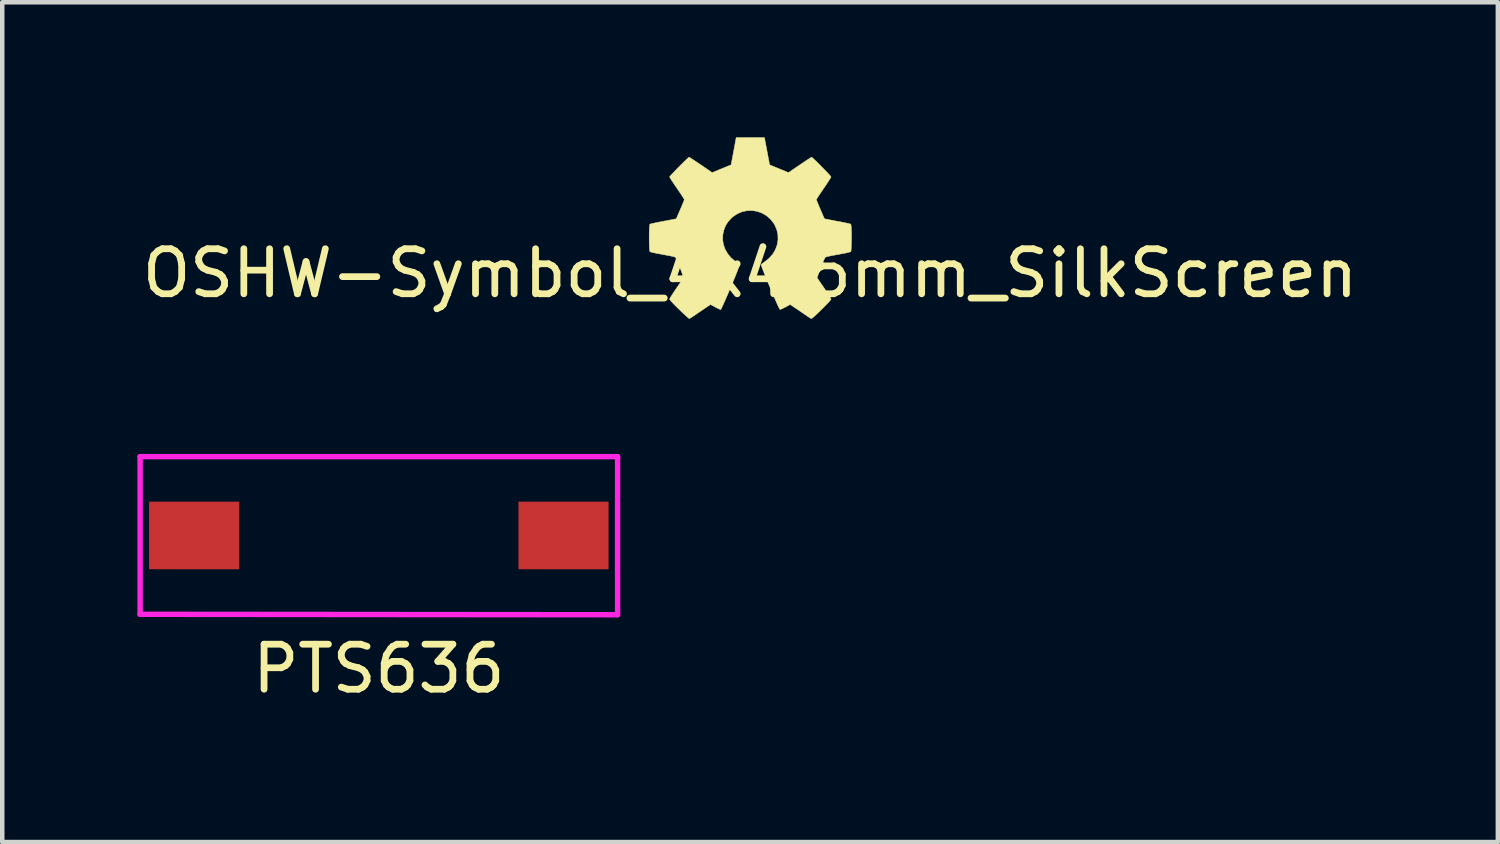
<source format=kicad_pcb>
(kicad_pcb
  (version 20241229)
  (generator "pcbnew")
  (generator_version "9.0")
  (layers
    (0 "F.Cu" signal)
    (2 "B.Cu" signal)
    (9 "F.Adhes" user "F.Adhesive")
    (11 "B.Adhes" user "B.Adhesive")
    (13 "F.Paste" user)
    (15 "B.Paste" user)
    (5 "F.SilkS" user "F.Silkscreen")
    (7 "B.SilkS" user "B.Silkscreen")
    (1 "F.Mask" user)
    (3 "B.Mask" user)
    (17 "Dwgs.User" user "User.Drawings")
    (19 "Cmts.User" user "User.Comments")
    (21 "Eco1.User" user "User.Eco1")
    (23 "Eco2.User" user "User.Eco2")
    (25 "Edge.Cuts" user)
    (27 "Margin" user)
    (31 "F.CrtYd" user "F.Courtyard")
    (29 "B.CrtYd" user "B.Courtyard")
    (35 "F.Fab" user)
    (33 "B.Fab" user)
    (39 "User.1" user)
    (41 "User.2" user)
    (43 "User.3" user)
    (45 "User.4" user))
  (footprint "PTS636"
    (layer "F.Cu")
    (at 5.36 8.837)
    (property "Reference" "PTS636" (at 0 2.959 0) (layer "F.SilkS") (effects (font (size 1 1) (thickness 0.15))))
    (attr through_hole)
    (fp_line (start -5.3 -1.75) (end -5.3 1.75) (stroke (width 0.12) (type solid)) (layer "F.CrtYd"))
    (fp_line (start -5.3 -1.75) (end 5.3 -1.75) (stroke (width 0.12) (type solid)) (layer "F.CrtYd"))
    (fp_line (start 5.3 -1.75) (end 5.3 1.76) (stroke (width 0.12) (type solid)) (layer "F.CrtYd"))
    (fp_line (start 5.3 1.76) (end -5.3 1.75) (stroke (width 0.12) (type solid)) (layer "F.CrtYd"))
    (pad "1" smd rect (at -4.1 0) (size 2 1.5) (layers "F.Cu" "F.Mask" "F.Paste"))
    (pad "2" smd rect (at 4.1 0) (size 2 1.5) (layers "F.Cu" "F.Mask" "F.Paste")))
  (footprint "OSHW-Symbol_4x4.5mm_SilkScreen"
    (layer "F.Cu")
    (at 13.601 2.217)
    (property "Reference" "OSHW-Symbol_4x4.5mm_SilkScreen" (at 0 0.8 0) (layer "F.SilkS") (effects (font (size 1 1) (thickness 0.15))))
    (attr exclude_from_pos_files exclude_from_bom)
    (fp_poly (pts (xy 0.377 -1.91) (xy 0.434 -1.608) (xy 0.853 -1.435) (xy 1.105 -1.607) (xy 1.175 -1.654) (xy 1.239 -1.697) (xy 1.293 -1.732) (xy 1.334 -1.759) (xy 1.36 -1.774) (xy 1.367 -1.778) (xy 1.379 -1.769) (xy 1.406 -1.745) (xy 1.444 -1.709) (xy 1.491 -1.664) (xy 1.542 -1.613) (xy 1.596 -1.558) (xy 1.649 -1.504) (xy 1.698 -1.453) (xy 1.741 -1.408) (xy 1.773 -1.372) (xy 1.793 -1.348) (xy 1.798 -1.34) (xy 1.791 -1.325) (xy 1.772 -1.293) (xy 1.742 -1.247) (xy 1.705 -1.189) (xy 1.66 -1.123) (xy 1.635 -1.086) (xy 1.588 -1.017) (xy 1.546 -0.955) (xy 1.512 -0.903) (xy 1.487 -0.864) (xy 1.473 -0.841) (xy 1.471 -0.836) (xy 1.476 -0.822) (xy 1.489 -0.79) (xy 1.508 -0.744) (xy 1.531 -0.688) (xy 1.557 -0.627) (xy 1.583 -0.566) (xy 1.607 -0.51) (xy 1.628 -0.462) (xy 1.643 -0.428) (xy 1.651 -0.411) (xy 1.652 -0.411) (xy 1.665 -0.408) (xy 1.699 -0.401) (xy 1.75 -0.391) (xy 1.816 -0.378) (xy 1.893 -0.363) (xy 1.937 -0.355) (xy 2.019 -0.34) (xy 2.093 -0.325) (xy 2.155 -0.312) (xy 2.202 -0.301) (xy 2.23 -0.293) (xy 2.235 -0.291) (xy 2.241 -0.274) (xy 2.245 -0.237) (xy 2.248 -0.183) (xy 2.251 -0.117) (xy 2.252 -0.044) (xy 2.252 0.033) (xy 2.251 0.109) (xy 2.249 0.179) (xy 2.246 0.239) (xy 2.243 0.286) (xy 2.238 0.314) (xy 2.235 0.32) (xy 2.217 0.327) (xy 2.179 0.337) (xy 2.127 0.349) (xy 2.065 0.361) (xy 2.043 0.365) (xy 1.938 0.385) (xy 1.855 0.4) (xy 1.792 0.412) (xy 1.745 0.422) (xy 1.711 0.43) (xy 1.689 0.437) (xy 1.676 0.443) (xy 1.667 0.449) (xy 1.666 0.45) (xy 1.655 0.469) (xy 1.638 0.506) (xy 1.616 0.556) (xy 1.592 0.615) (xy 1.567 0.679) (xy 1.543 0.742) (xy 1.522 0.801) (xy 1.505 0.85) (xy 1.494 0.886) (xy 1.492 0.904) (xy 1.492 0.904) (xy 1.501 0.919) (xy 1.523 0.951) (xy 1.554 0.997) (xy 1.593 1.053) (xy 1.637 1.118) (xy 1.649 1.136) (xy 1.694 1.202) (xy 1.733 1.262) (xy 1.765 1.313) (xy 1.787 1.352) (xy 1.798 1.374) (xy 1.798 1.376) (xy 1.789 1.391) (xy 1.765 1.419) (xy 1.729 1.458) (xy 1.683 1.506) (xy 1.632 1.558) (xy 1.577 1.612) (xy 1.523 1.665) (xy 1.472 1.713) (xy 1.427 1.755) (xy 1.391 1.785) (xy 1.368 1.803) (xy 1.362 1.806) (xy 1.347 1.799) (xy 1.316 1.781) (xy 1.275 1.754) (xy 1.244 1.733) (xy 1.187 1.694) (xy 1.119 1.647) (xy 1.051 1.601) (xy 1.014 1.576) (xy 0.891 1.493) (xy 0.787 1.549) (xy 0.74 1.573) (xy 0.7 1.592) (xy 0.672 1.603) (xy 0.665 1.605) (xy 0.657 1.594) (xy 0.641 1.562) (xy 0.617 1.513) (xy 0.588 1.449) (xy 0.555 1.374) (xy 0.518 1.289) (xy 0.48 1.199) (xy 0.441 1.106) (xy 0.402 1.013) (xy 0.365 0.923) (xy 0.331 0.839) (xy 0.301 0.763) (xy 0.276 0.7) (xy 0.258 0.65) (xy 0.248 0.618) (xy 0.246 0.607) (xy 0.259 0.594) (xy 0.288 0.571) (xy 0.325 0.544) (xy 0.329 0.542) (xy 0.426 0.464) (xy 0.505 0.373) (xy 0.564 0.272) (xy 0.603 0.163) (xy 0.621 0.051) (xy 0.617 -0.063) (xy 0.591 -0.176) (xy 0.542 -0.284) (xy 0.527 -0.308) (xy 0.452 -0.403) (xy 0.364 -0.48) (xy 0.265 -0.537) (xy 0.158 -0.575) (xy 0.047 -0.593) (xy -0.066 -0.59) (xy -0.176 -0.567) (xy -0.282 -0.522) (xy -0.38 -0.456) (xy -0.41 -0.43) (xy -0.488 -0.345) (xy -0.544 -0.257) (xy -0.582 -0.158) (xy -0.604 -0.06) (xy -0.609 0.051) (xy -0.591 0.162) (xy -0.553 0.269) (xy -0.494 0.37) (xy -0.418 0.46) (xy -0.327 0.536) (xy -0.315 0.544) (xy -0.277 0.57) (xy -0.248 0.593) (xy -0.234 0.607) (xy -0.234 0.607) (xy -0.237 0.623) (xy -0.248 0.659) (xy -0.268 0.711) (xy -0.293 0.777) (xy -0.324 0.855) (xy -0.359 0.94) (xy -0.397 1.031) (xy -0.436 1.125) (xy -0.475 1.217) (xy -0.513 1.306) (xy -0.549 1.389) (xy -0.582 1.462) (xy -0.61 1.524) (xy -0.632 1.57) (xy -0.647 1.597) (xy -0.653 1.605) (xy -0.671 1.599) (xy -0.706 1.584) (xy -0.75 1.562) (xy -0.774 1.549) (xy -0.878 1.493) (xy -1.002 1.576) (xy -1.065 1.619) (xy -1.134 1.666) (xy -1.199 1.711) (xy -1.231 1.733) (xy -1.277 1.763) (xy -1.315 1.788) (xy -1.342 1.803) (xy -1.351 1.806) (xy -1.363 1.797) (xy -1.391 1.774) (xy -1.431 1.737) (xy -1.482 1.691) (xy -1.539 1.636) (xy -1.575 1.601) (xy -1.639 1.539) (xy -1.694 1.483) (xy -1.738 1.436) (xy -1.769 1.401) (xy -1.784 1.379) (xy -1.786 1.375) (xy -1.779 1.358) (xy -1.76 1.324) (xy -1.73 1.276) (xy -1.693 1.219) (xy -1.649 1.154) (xy -1.637 1.136) (xy -1.592 1.07) (xy -1.551 1.011) (xy -1.518 0.962) (xy -1.493 0.926) (xy -1.481 0.907) (xy -1.479 0.904) (xy -1.481 0.889) (xy -1.491 0.855) (xy -1.507 0.806) (xy -1.528 0.748) (xy -1.552 0.685) (xy -1.577 0.622) (xy -1.601 0.562) (xy -1.623 0.51) (xy -1.641 0.472) (xy -1.653 0.451) (xy -1.654 0.45) (xy -1.661 0.444) (xy -1.674 0.438) (xy -1.694 0.431) (xy -1.725 0.424) (xy -1.769 0.414) (xy -1.829 0.403) (xy -1.908 0.388) (xy -2.009 0.369) (xy -2.03 0.365) (xy -2.095 0.353) (xy -2.151 0.341) (xy -2.194 0.33) (xy -2.219 0.322) (xy -2.222 0.32) (xy -2.228 0.303) (xy -2.232 0.266) (xy -2.235 0.212) (xy -2.238 0.146) (xy -2.239 0.072) (xy -2.239 -0.004) (xy -2.239 -0.08) (xy -2.237 -0.15) (xy -2.234 -0.211) (xy -2.23 -0.257) (xy -2.225 -0.285) (xy -2.223 -0.291) (xy -2.206 -0.296) (xy -2.169 -0.306) (xy -2.114 -0.318) (xy -2.045 -0.332) (xy -1.967 -0.347) (xy -1.925 -0.355) (xy -1.844 -0.37) (xy -1.772 -0.384) (xy -1.712 -0.396) (xy -1.668 -0.404) (xy -1.643 -0.41) (xy -1.639 -0.411) (xy -1.633 -0.424) (xy -1.618 -0.456) (xy -1.598 -0.502) (xy -1.574 -0.558) (xy -1.548 -0.618) (xy -1.522 -0.679) (xy -1.498 -0.736) (xy -1.479 -0.784) (xy -1.465 -0.819) (xy -1.459 -0.836) (xy -1.459 -0.837) (xy -1.465 -0.85) (xy -1.485 -0.881) (xy -1.514 -0.927) (xy -1.552 -0.984) (xy -1.596 -1.049) (xy -1.622 -1.086) (xy -1.669 -1.155) (xy -1.71 -1.217) (xy -1.745 -1.27) (xy -1.77 -1.31) (xy -1.784 -1.335) (xy -1.786 -1.34) (xy -1.777 -1.353) (xy -1.754 -1.38) (xy -1.718 -1.419) (xy -1.673 -1.466) (xy -1.623 -1.518) (xy -1.569 -1.573) (xy -1.516 -1.626) (xy -1.465 -1.676) (xy -1.421 -1.719) (xy -1.385 -1.753) (xy -1.362 -1.773) (xy -1.354 -1.778) (xy -1.341 -1.771) (xy -1.311 -1.752) (xy -1.265 -1.722) (xy -1.208 -1.685) (xy -1.142 -1.64) (xy -1.092 -1.607) (xy -0.841 -1.435) (xy -0.631 -1.522) (xy -0.421 -1.608) (xy -0.364 -1.91) (xy -0.308 -2.212) (xy 0.32 -2.212) (xy 0.377 -1.91)) (stroke (width 0.01) (type solid)) (fill yes) (layer "F.SilkS")))
  (gr_rect
    (start -3 -3)
    (end 30.202 15.644)
    (stroke (width 0.1) (type default))
    (fill no)
    (layer "Edge.Cuts")))
</source>
